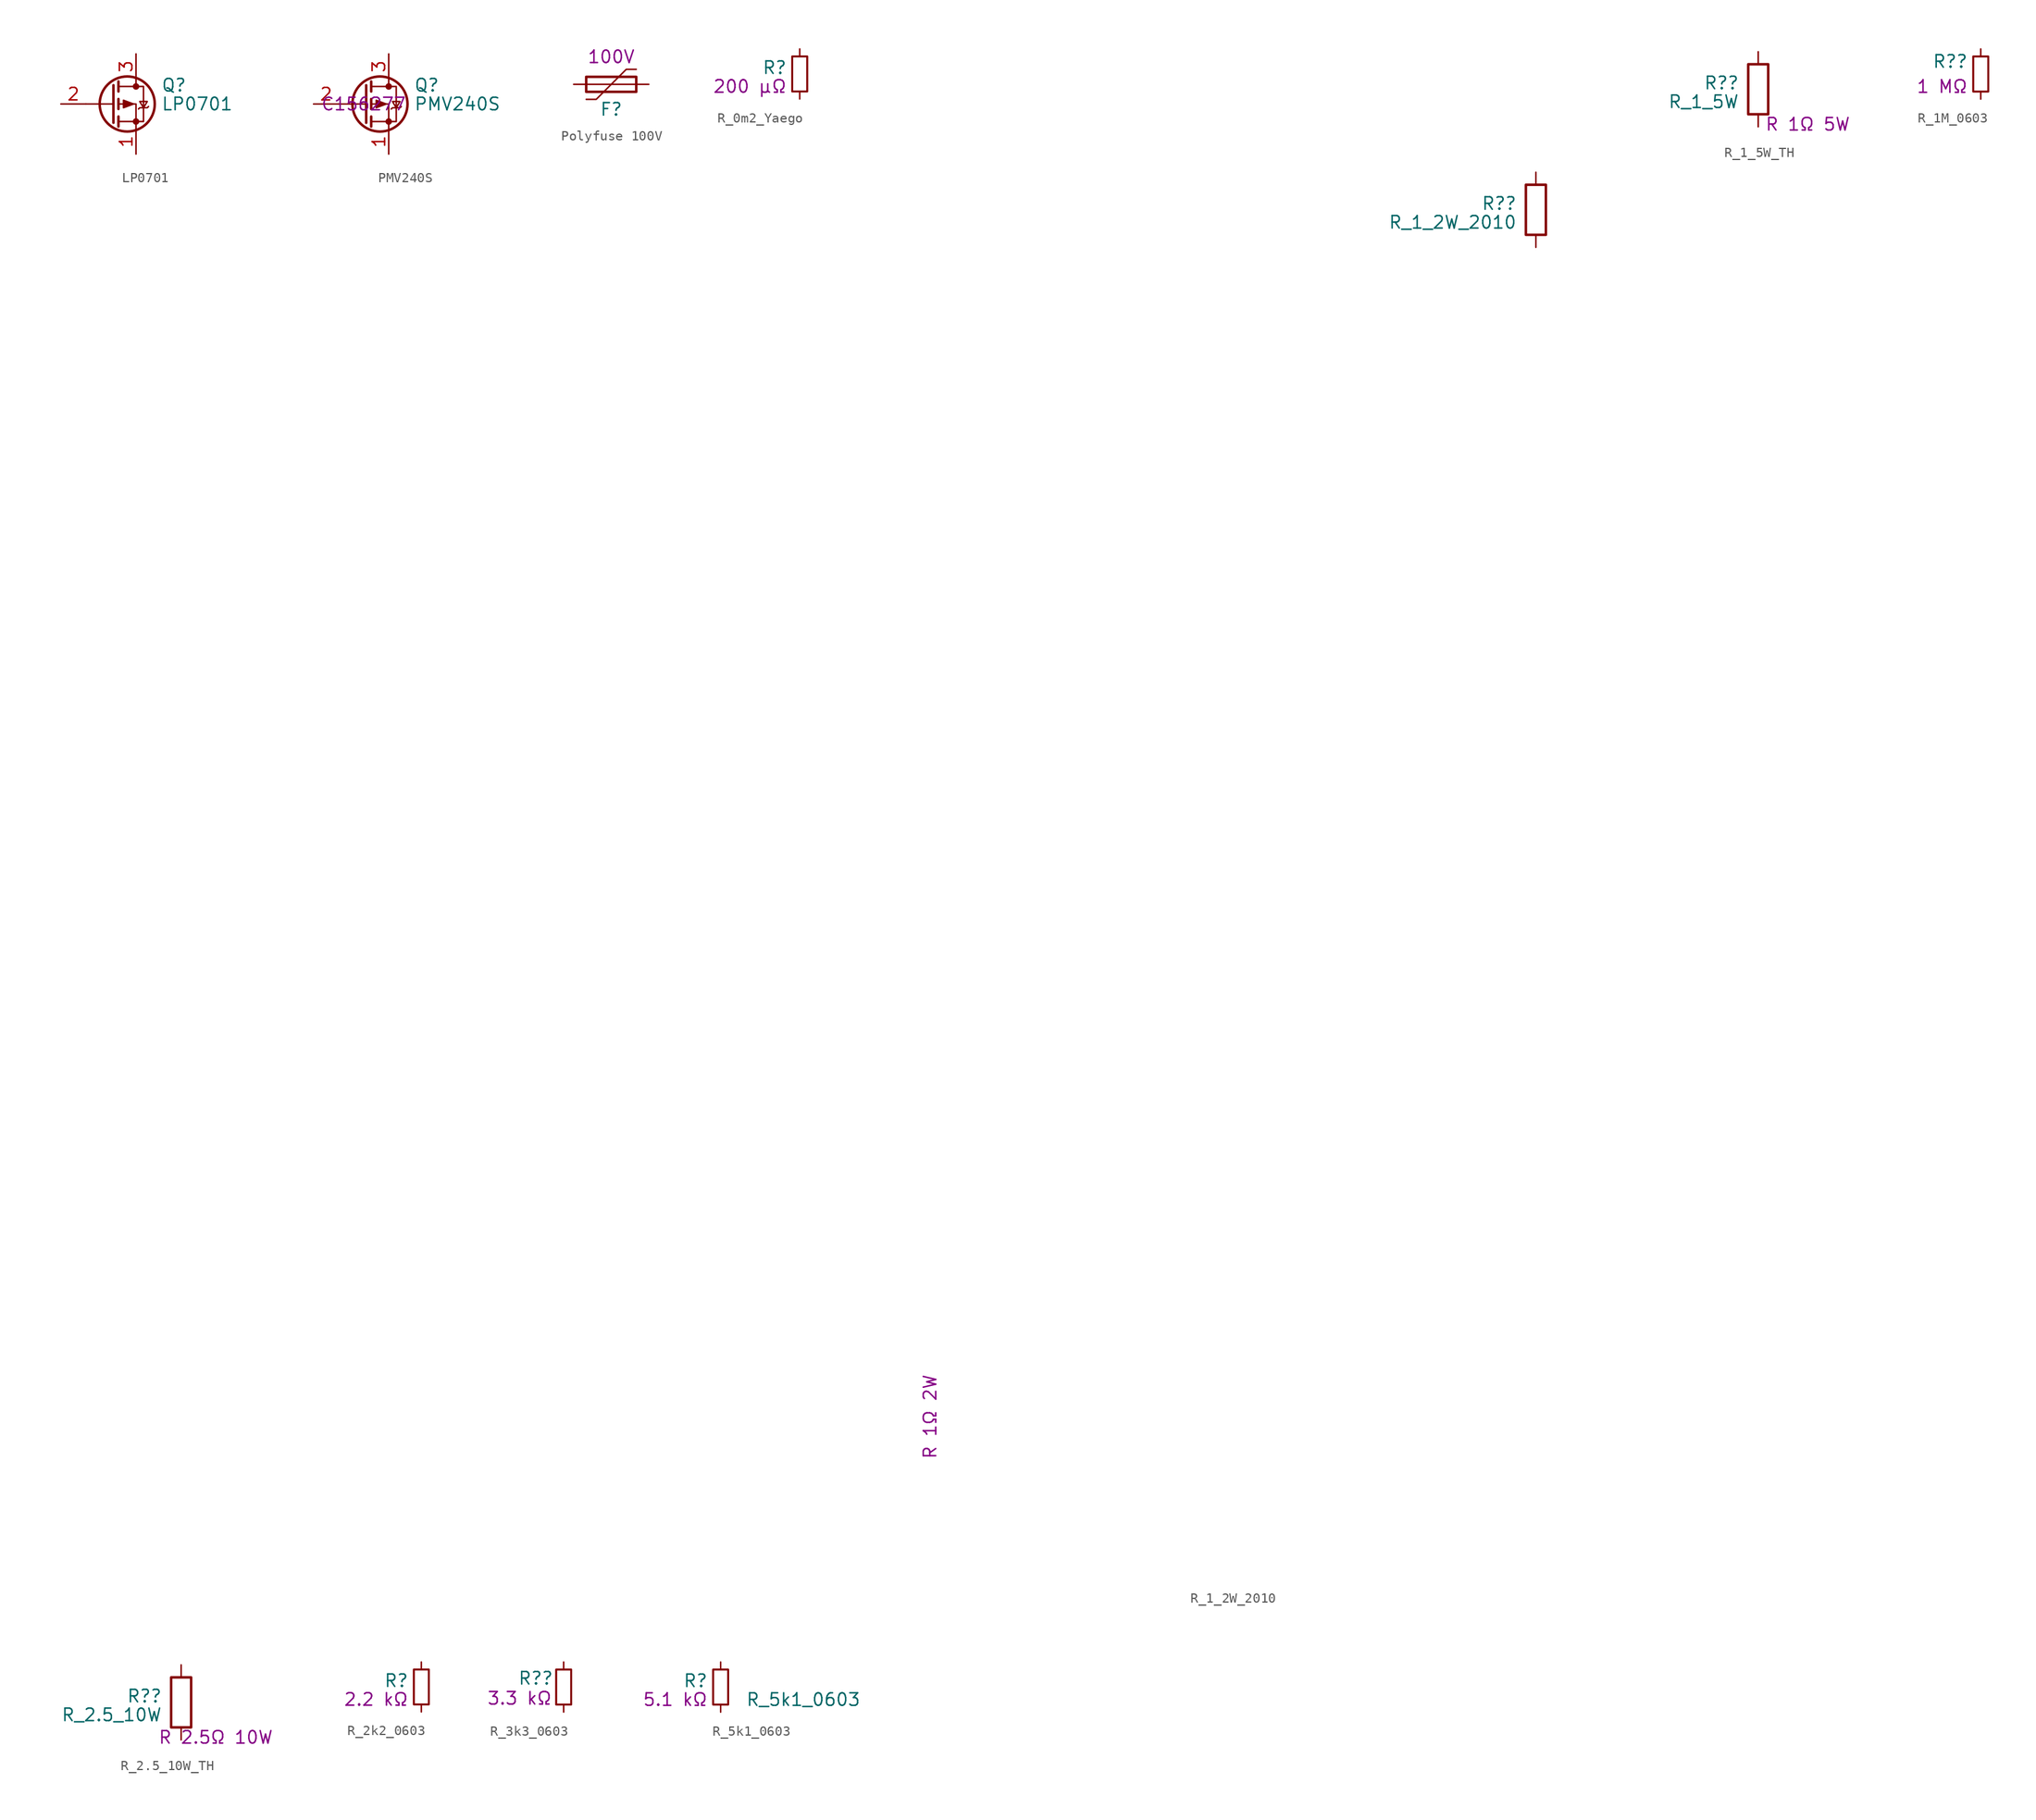
<source format=kicad_sym>
(kicad_symbol_lib
  (version 20220914)
  (generator kicad_symbol_editor)
  (symbol "LP0701"
    (pin_names hide)
    (property "Reference" "Q"
      (at 5.08 1.905 0)
      (effects (font (size 1.27 1.27)) (justify left)))
    (property "Value" "LP0701"
      (at 5.08 0 0)
      (effects (font (size 1.27 1.27)) (justify left)))
    (symbol "LP0701_0_1"
      (polyline (pts (xy 0.254 0) (xy -2.54 0)) (stroke (width 0) (type default)) (fill (type none)))
      (polyline (pts (xy 0.254 1.905) (xy 0.254 -1.905)) (stroke (width 0.254) (type default)) (fill (type none)))
      (polyline (pts (xy 0.762 -1.27) (xy 0.762 -2.286)) (stroke (width 0.254) (type default)) (fill (type none)))
      (polyline (pts (xy 0.762 0.508) (xy 0.762 -0.508)) (stroke (width 0.254) (type default)) (fill (type none)))
      (polyline (pts (xy 0.762 2.286) (xy 0.762 1.27)) (stroke (width 0.254) (type default)) (fill (type none)))
      (polyline (pts (xy 2.54 2.54) (xy 2.54 1.778)) (stroke (width 0) (type default)) (fill (type none)))
      (polyline (pts (xy 2.54 -2.54) (xy 2.54 0) (xy 0.762 0)) (stroke (width 0) (type default)) (fill (type none)))
      (polyline (pts (xy 0.762 1.778) (xy 3.302 1.778) (xy 3.302 -1.778) (xy 0.762 -1.778)) (stroke (width 0) (type default)) (fill (type none)))
      (polyline (pts (xy 2.286 0) (xy 1.27 0.381) (xy 1.27 -0.381) (xy 2.286 0)) (stroke (width 0) (type default)) (fill (type outline)))
      (polyline (pts (xy 2.794 -0.508) (xy 2.921 -0.381) (xy 3.683 -0.381) (xy 3.81 -0.254)) (stroke (width 0) (type default)) (fill (type none)))
      (polyline (pts (xy 3.302 -0.381) (xy 2.921 0.254) (xy 3.683 0.254) (xy 3.302 -0.381)) (stroke (width 0) (type default)) (fill (type none)))
      (circle (center 1.651 0) (radius 2.794) (stroke (width 0.254) (type default)) (fill (type none)))
      (circle (center 2.54 -1.778) (radius 0.254) (stroke (width 0) (type default)) (fill (type outline)))
      (circle (center 2.54 1.778) (radius 0.254) (stroke (width 0) (type default)) (fill (type outline))))
    (symbol "LP0701_1_1"
      (pin passive line (at 2.54 -5.08 90) (length 2.54) (name "S" (effects (font (size 1.27 1.27)))) (number "1" (effects (font (size 1.27 1.27)))))
      (pin input line (at -5.08 0 0) (length 2.54) (name "G" (effects (font (size 1.27 1.27)))) (number "2" (effects (font (size 1.27 1.27)))))
      (pin passive line (at 2.54 5.08 270) (length 2.54) (name "D" (effects (font (size 1.27 1.27)))) (number "3" (effects (font (size 1.27 1.27)))))))
  (symbol "PMV240S"
    (pin_names hide)
    (property "Reference" "Q"
      (at 5.08 1.905 0)
      (effects (font (size 1.27 1.27)) (justify left)))
    (property "Value" "PMV240S"
      (at 5.08 0 0)
      (effects (font (size 1.27 1.27)) (justify left)))
    (property "LCSC" "C156277"
      (at 0 0 0)
      (effects (font (size 1.27 1.27))))
    (symbol "PMV240S_0_1"
      (polyline (pts (xy 0.254 0) (xy -2.54 0)) (stroke (width 0) (type default)) (fill (type none)))
      (polyline (pts (xy 0.254 1.905) (xy 0.254 -1.905)) (stroke (width 0.254) (type default)) (fill (type none)))
      (polyline (pts (xy 0.762 -1.27) (xy 0.762 -2.286)) (stroke (width 0.254) (type default)) (fill (type none)))
      (polyline (pts (xy 0.762 0.508) (xy 0.762 -0.508)) (stroke (width 0.254) (type default)) (fill (type none)))
      (polyline (pts (xy 0.762 2.286) (xy 0.762 1.27)) (stroke (width 0.254) (type default)) (fill (type none)))
      (polyline (pts (xy 2.54 2.54) (xy 2.54 1.778)) (stroke (width 0) (type default)) (fill (type none)))
      (polyline (pts (xy 2.54 -2.54) (xy 2.54 0) (xy 0.762 0)) (stroke (width 0) (type default)) (fill (type none)))
      (polyline (pts (xy 0.762 1.778) (xy 3.302 1.778) (xy 3.302 -1.778) (xy 0.762 -1.778)) (stroke (width 0) (type default)) (fill (type none)))
      (polyline (pts (xy 2.286 0) (xy 1.27 0.381) (xy 1.27 -0.381) (xy 2.286 0)) (stroke (width 0) (type default)) (fill (type outline)))
      (polyline (pts (xy 2.794 -0.508) (xy 2.921 -0.381) (xy 3.683 -0.381) (xy 3.81 -0.254)) (stroke (width 0) (type default)) (fill (type none)))
      (polyline (pts (xy 3.302 -0.381) (xy 2.921 0.254) (xy 3.683 0.254) (xy 3.302 -0.381)) (stroke (width 0) (type default)) (fill (type none)))
      (circle (center 1.651 0) (radius 2.794) (stroke (width 0.254) (type default)) (fill (type none)))
      (circle (center 2.54 -1.778) (radius 0.254) (stroke (width 0) (type default)) (fill (type outline)))
      (circle (center 2.54 1.778) (radius 0.254) (stroke (width 0) (type default)) (fill (type outline))))
    (symbol "PMV240S_1_1"
      (pin passive line (at 2.54 -5.08 90) (length 2.54) (name "S" (effects (font (size 1.27 1.27)))) (number "1" (effects (font (size 1.27 1.27)))))
      (pin input line (at -5.08 0 0) (length 2.54) (name "G" (effects (font (size 1.27 1.27)))) (number "2" (effects (font (size 1.27 1.27)))))
      (pin passive line (at 2.54 5.08 270) (length 2.54) (name "D" (effects (font (size 1.27 1.27)))) (number "3" (effects (font (size 1.27 1.27)))))))
  (symbol "Polyfuse 100V"
    (pin_numbers hide)
    (pin_names
      (offset 0))
    (property "Reference" "F"
      (at 0 -2.54 0)
      (effects (font (size 1.27 1.27))))
    (property "Display" "100V"
      (at 0 2.794 0)
      (effects (font (size 1.27 1.27))))
    (symbol "Polyfuse 100V_0_1"
      (rectangle (start -2.54 -0.762) (end 2.54 0.762) (stroke (width 0.254) (type default)) (fill (type none)))
      (polyline (pts (xy -2.54 0) (xy 2.54 0)) (stroke (width 0) (type default)) (fill (type none)))
      (polyline (pts (xy -2.54 -1.524) (xy -1.524 -1.524) (xy 1.524 1.524) (xy 2.54 1.524)) (stroke (width 0) (type default)) (fill (type none))))
    (symbol "Polyfuse 100V_1_1"
      (pin passive line (at -3.81 0 0) (length 1.27) (name "~" (effects (font (size 1.27 1.27)))) (number "1" (effects (font (size 1.27 1.27)))))
      (pin passive line (at 3.81 0 180) (length 1.27) (name "~" (effects (font (size 1.27 1.27)))) (number "2" (effects (font (size 1.27 1.27)))))))
  (symbol "R_0m2_Yaego"
    (pin_numbers hide)
    (pin_names
      (offset 0.254) hide)
    (property "Reference" "R"
      (at -1.27 0.635 0)
      (effects (font (size 1.27 1.27)) (justify right)))
    (property "Display" "200 µΩ"
      (at -1.27 -1.27 0)
      (effects (font (size 1.27 1.27)) (justify right)))
    (symbol "R_0m2_Yaego_0_1"
      (rectangle (start -0.762 1.778) (end 0.762 -1.778) (stroke (width 0.203) (type default)) (fill (type none))))
    (symbol "R_0m2_Yaego_1_1"
      (pin passive line (at 0 2.54 270) (length 0.762) (name "~" (effects (font (size 1.27 1.27)))) (number "1" (effects (font (size 1.27 1.27)))))
      (pin passive line (at 0 -2.54 90) (length 0.762) (name "~" (effects (font (size 1.27 1.27)))) (number "2" (effects (font (size 1.27 1.27)))))))
  (symbol "R_1_2W_2010"
    (pin_numbers hide)
    (pin_names
      (offset 0))
    (property "Reference" "R?"
      (at -1.905 0.635 0)
      (effects (font (size 1.27 1.27)) (justify right)))
    (property "Value" "R_1_2W_2010"
      (at -1.905 -1.27 0)
      (effects (font (size 1.27 1.27)) (justify right)))
    (property "Display" "R 1Ω 2W"
      (at -61.468 -118.11 90)
      (effects (font (size 1.27 1.27)) (justify right)))
    (symbol "R_1_2W_2010_0_1"
      (rectangle (start -1.016 -2.54) (end 1.016 2.54) (stroke (width 0.254) (type default)) (fill (type none))))
    (symbol "R_1_2W_2010_1_1"
      (pin passive line (at 0 3.81 270) (length 1.27) (name "~" (effects (font (size 1.27 1.27)))) (number "1" (effects (font (size 1.27 1.27)))))
      (pin passive line (at 0 -3.81 90) (length 1.27) (name "~" (effects (font (size 1.27 1.27)))) (number "2" (effects (font (size 1.27 1.27)))))))
  (symbol "R_1_5W_TH"
    (pin_numbers hide)
    (pin_names
      (offset 0))
    (property "Reference" "R?"
      (at -1.905 0.635 0)
      (effects (font (size 1.27 1.27)) (justify right)))
    (property "Value" "R_1_5W"
      (at -1.905 -1.27 0)
      (effects (font (size 1.27 1.27)) (justify right)))
    (property "Display" "R 1Ω 5W"
      (at 9.398 -3.556 0)
      (effects (font (size 1.27 1.27)) (justify right)))
    (symbol "R_1_5W_TH_0_1"
      (rectangle (start -1.016 -2.54) (end 1.016 2.54) (stroke (width 0.254) (type default)) (fill (type none))))
    (symbol "R_1_5W_TH_1_1"
      (pin passive line (at 0 3.81 270) (length 1.27) (name "~" (effects (font (size 1.27 1.27)))) (number "1" (effects (font (size 1.27 1.27)))))
      (pin passive line (at 0 -3.81 90) (length 1.27) (name "~" (effects (font (size 1.27 1.27)))) (number "2" (effects (font (size 1.27 1.27)))))))
  (symbol "R_1M_0603"
    (pin_numbers hide)
    (pin_names
      (offset 0.254) hide)
    (property "Reference" "R?"
      (at -1.27 1.27 0)
      (effects (font (size 1.27 1.27)) (justify right)))
    (property "Display" "1 MΩ"
      (at -1.27 -1.27 0)
      (effects (font (size 1.27 1.27)) (justify right)))
    (symbol "R_1M_0603_0_1"
      (rectangle (start -0.762 1.778) (end 0.762 -1.778) (stroke (width 0.203) (type default)) (fill (type none))))
    (symbol "R_1M_0603_1_1"
      (pin passive line (at 0 2.54 270) (length 0.762) (name "~" (effects (font (size 1.27 1.27)))) (number "1" (effects (font (size 1.27 1.27)))))
      (pin passive line (at 0 -2.54 90) (length 0.762) (name "~" (effects (font (size 1.27 1.27)))) (number "2" (effects (font (size 1.27 1.27)))))))
  (symbol "R_2.5_10W_TH"
    (pin_numbers hide)
    (pin_names
      (offset 0))
    (property "Reference" "R?"
      (at -1.905 0.635 0)
      (effects (font (size 1.27 1.27)) (justify right)))
    (property "Value" "R_2.5_10W"
      (at -1.905 -1.27 0)
      (effects (font (size 1.27 1.27)) (justify right)))
    (property "Display" "R 2.5Ω 10W"
      (at 9.398 -3.556 0)
      (effects (font (size 1.27 1.27)) (justify right)))
    (symbol "R_2.5_10W_TH_0_1"
      (rectangle (start -1.016 -2.54) (end 1.016 2.54) (stroke (width 0.254) (type default)) (fill (type none))))
    (symbol "R_2.5_10W_TH_1_1"
      (pin passive line (at 0 3.81 270) (length 1.27) (name "~" (effects (font (size 1.27 1.27)))) (number "1" (effects (font (size 1.27 1.27)))))
      (pin passive line (at 0 -3.81 90) (length 1.27) (name "~" (effects (font (size 1.27 1.27)))) (number "2" (effects (font (size 1.27 1.27)))))))
  (symbol "R_2k2_0603"
    (pin_numbers hide)
    (pin_names
      (offset 0.254) hide)
    (property "Reference" "R"
      (at -1.27 0.635 0)
      (effects (font (size 1.27 1.27)) (justify right)))
    (property "Display" "2.2 kΩ"
      (at -1.27 -1.27 0)
      (effects (font (size 1.27 1.27)) (justify right)))
    (symbol "R_2k2_0603_0_1"
      (rectangle (start -0.762 1.778) (end 0.762 -1.778) (stroke (width 0.203) (type default)) (fill (type none))))
    (symbol "R_2k2_0603_1_1"
      (pin passive line (at 0 2.54 270) (length 0.762) (name "~" (effects (font (size 1.27 1.27)))) (number "1" (effects (font (size 1.27 1.27)))))
      (pin passive line (at 0 -2.54 90) (length 0.762) (name "~" (effects (font (size 1.27 1.27)))) (number "2" (effects (font (size 1.27 1.27)))))))
  (symbol "R_3k3_0603"
    (pin_numbers hide)
    (pin_names
      (offset 0.254) hide)
    (property "Reference" "R?"
      (at -1.016 0.889 0)
      (effects (font (size 1.27 1.27)) (justify right)))
    (property "Display" "3.3 kΩ"
      (at -1.143 -1.143 0)
      (effects (font (size 1.27 1.27)) (justify right)))
    (symbol "R_3k3_0603_0_1"
      (rectangle (start -0.762 1.778) (end 0.762 -1.778) (stroke (width 0.203) (type default)) (fill (type none))))
    (symbol "R_3k3_0603_1_1"
      (pin passive line (at 0 2.54 270) (length 0.762) (name "~" (effects (font (size 1.27 1.27)))) (number "1" (effects (font (size 1.27 1.27)))))
      (pin passive line (at 0 -2.54 90) (length 0.762) (name "~" (effects (font (size 1.27 1.27)))) (number "2" (effects (font (size 1.27 1.27)))))))
  (symbol "R_5k1_0603"
    (pin_numbers hide)
    (pin_names
      (offset 0.254) hide)
    (property "Reference" "R"
      (at -1.27 0.635 0)
      (effects (font (size 1.27 1.27)) (justify right)))
    (property "Value" "R_5k1_0603"
      (at 2.54 -1.27 0)
      (effects (font (size 1.27 1.27)) (justify left)))
    (property "Display" "5.1 kΩ"
      (at -1.27 -1.27 0)
      (effects (font (size 1.27 1.27)) (justify right)))
    (symbol "R_5k1_0603_0_1"
      (rectangle (start -0.762 1.778) (end 0.762 -1.778) (stroke (width 0.203) (type default)) (fill (type none))))
    (symbol "R_5k1_0603_1_1"
      (pin passive line (at 0 2.54 270) (length 0.762) (name "~" (effects (font (size 1.27 1.27)))) (number "1" (effects (font (size 1.27 1.27)))))
      (pin passive line (at 0 -2.54 90) (length 0.762) (name "~" (effects (font (size 1.27 1.27)))) (number "2" (effects (font (size 1.27 1.27))))))))
</source>
